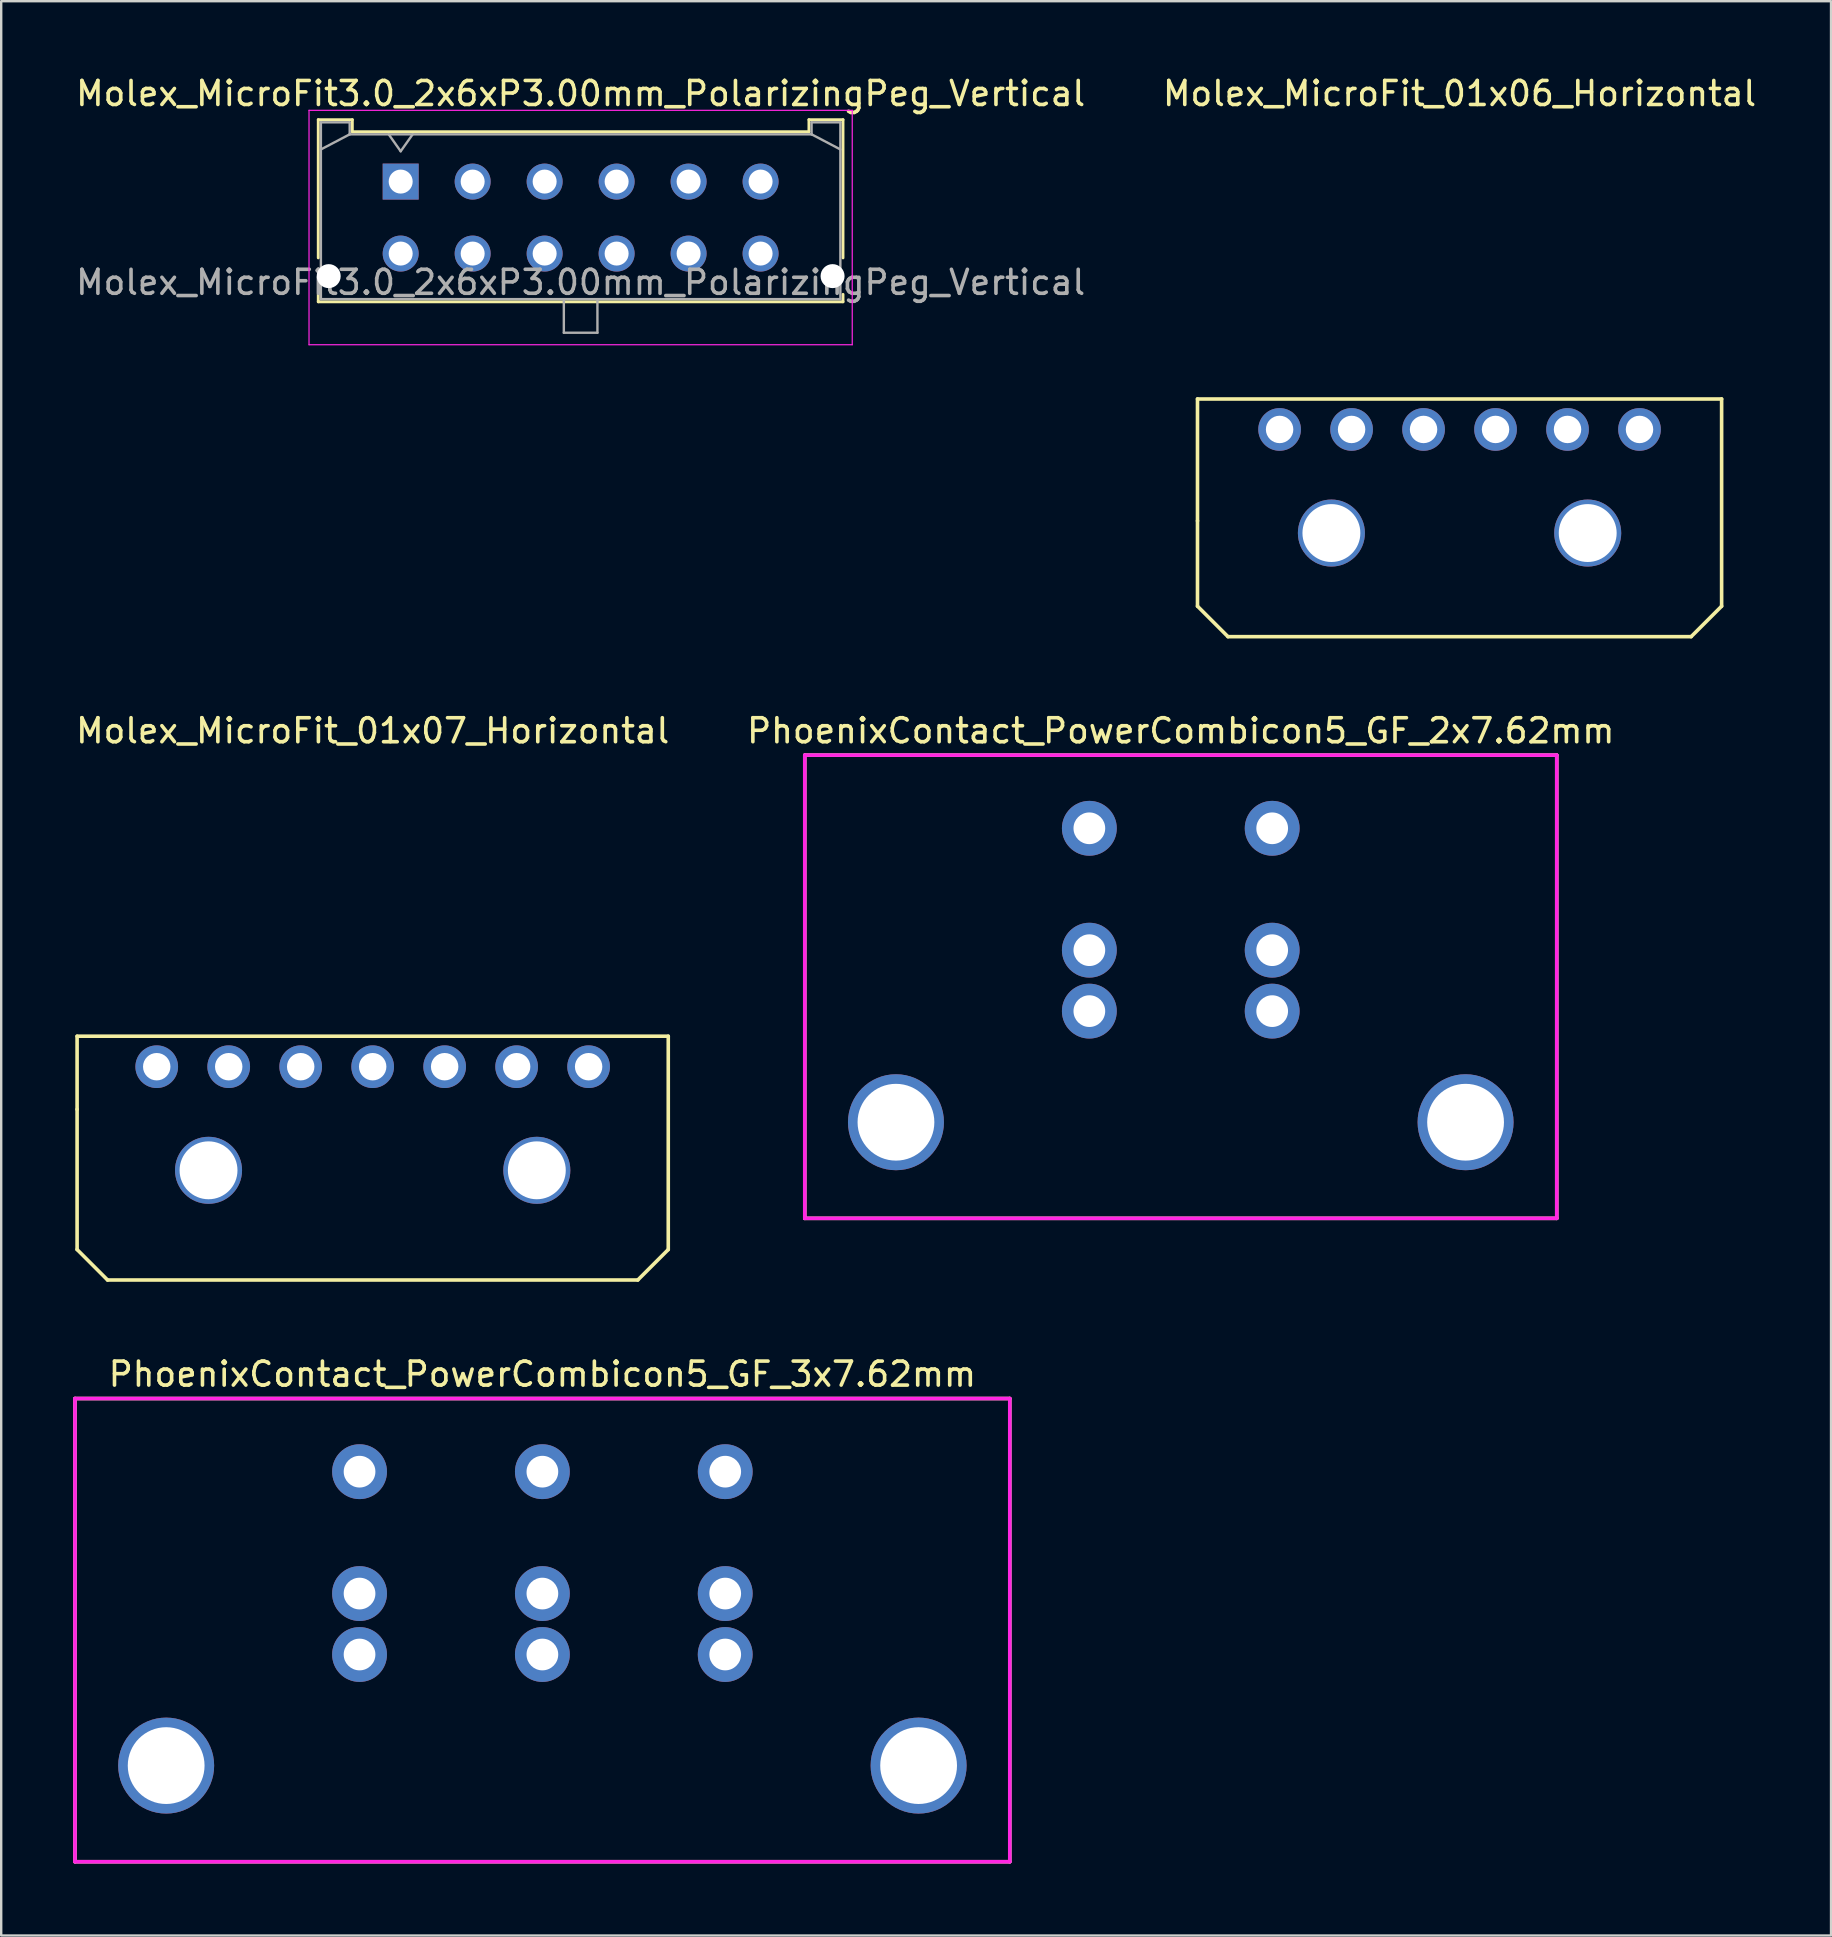
<source format=kicad_pcb>
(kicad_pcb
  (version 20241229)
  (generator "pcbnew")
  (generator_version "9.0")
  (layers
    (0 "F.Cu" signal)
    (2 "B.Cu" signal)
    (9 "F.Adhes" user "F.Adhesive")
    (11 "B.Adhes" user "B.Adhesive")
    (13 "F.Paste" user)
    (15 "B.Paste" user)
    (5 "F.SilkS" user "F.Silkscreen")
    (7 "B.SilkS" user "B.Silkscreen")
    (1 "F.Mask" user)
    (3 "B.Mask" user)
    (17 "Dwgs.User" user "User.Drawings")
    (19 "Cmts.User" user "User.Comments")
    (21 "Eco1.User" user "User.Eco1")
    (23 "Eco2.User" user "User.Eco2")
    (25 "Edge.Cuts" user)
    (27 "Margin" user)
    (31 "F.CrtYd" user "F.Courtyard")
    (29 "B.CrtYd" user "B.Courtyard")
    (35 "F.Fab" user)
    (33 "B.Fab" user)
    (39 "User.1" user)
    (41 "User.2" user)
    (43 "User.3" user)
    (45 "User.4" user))
  (footprint "Molex_MicroFit_01x07_Horizontal"
    (layer "F.Cu")
    (at 12.482 41.407)
    (property "Reference" "Molex_MicroFit_01x07_Horizontal" (at 0 -14 0) (layer "F.SilkS") (effects (font (size 1 1) (thickness 0.15))))
    (attr through_hole)
    (fp_line (start -12.319 -1.27) (end 12.319 -1.27) (stroke (width 0.15) (type solid)) (layer "F.SilkS"))
    (fp_line (start -12.319 1.778) (end -12.319 -1.27) (stroke (width 0.15) (type solid)) (layer "F.SilkS"))
    (fp_line (start -12.319 1.778) (end -12.319 7.62) (stroke (width 0.15) (type solid)) (layer "F.SilkS"))
    (fp_line (start -11.049 8.89) (end -12.319 7.62) (stroke (width 0.15) (type solid)) (layer "F.SilkS"))
    (fp_line (start -11.049 8.89) (end 11.049 8.89) (stroke (width 0.15) (type solid)) (layer "F.SilkS"))
    (fp_line (start 12.319 -1.27) (end 12.319 7.62) (stroke (width 0.15) (type solid)) (layer "F.SilkS"))
    (fp_line (start 12.319 7.62) (end 11.049 8.89) (stroke (width 0.15) (type solid)) (layer "F.SilkS"))
    (pad "" thru_hole circle (at -6.841 4.318) (size 2.794 2.794) (drill 2.413) (layers "*.Cu" "*.Mask"))
    (pad "" thru_hole circle (at 6.841 4.318) (size 2.794 2.794) (drill 2.413) (layers "*.Cu" "*.Mask"))
    (pad "1" thru_hole circle (at 9 0) (size 1.778 1.778) (drill 1.143) (layers "*.Cu" "*.Mask"))
    (pad "2" thru_hole circle (at 6 0) (size 1.778 1.778) (drill 1.143) (layers "*.Cu" "*.Mask"))
    (pad "3" thru_hole circle (at 3 0) (size 1.778 1.778) (drill 1.143) (layers "*.Cu" "*.Mask"))
    (pad "4" thru_hole circle (at 0 0) (size 1.778 1.778) (drill 1.143) (layers "*.Cu" "*.Mask"))
    (pad "5" thru_hole circle (at -3 0) (size 1.778 1.778) (drill 1.143) (layers "*.Cu" "*.Mask"))
    (pad "6" thru_hole circle (at -6 0) (size 1.778 1.778) (drill 1.143) (layers "*.Cu" "*.Mask"))
    (pad "7" thru_hole circle (at -9 0) (size 1.778 1.778) (drill 1.143) (layers "*.Cu" "*.Mask")))
  (footprint "PhoenixContact_PowerCombicon5_GF_2x7.62mm"
    (layer "F.Cu")
    (at 42.351 31.471)
    (property "Reference" "PhoenixContact_PowerCombicon5_GF_2x7.62mm" (at 3.81 -4.064 0) (layer "F.SilkS") (effects (font (size 1 1) (thickness 0.15))))
    (attr through_hole)
    (fp_line (start -11.86 -3.048) (end 19.48 -3.048) (stroke (width 0.15) (type solid)) (layer "F.SilkS"))
    (fp_line (start -11.86 16.256) (end -11.86 -3.048) (stroke (width 0.15) (type solid)) (layer "F.SilkS"))
    (fp_line (start 19.48 -3.048) (end 19.48 16.256) (stroke (width 0.15) (type solid)) (layer "F.SilkS"))
    (fp_line (start 19.48 16.256) (end -11.86 16.256) (stroke (width 0.15) (type solid)) (layer "F.SilkS"))
    (fp_line (start -11.86 -3.048) (end 19.48 -3.048) (stroke (width 0.15) (type solid)) (layer "F.CrtYd"))
    (fp_line (start -11.86 16.256) (end -11.86 -3.048) (stroke (width 0.15) (type solid)) (layer "F.CrtYd"))
    (fp_line (start 19.48 -3.048) (end 19.48 16.256) (stroke (width 0.15) (type solid)) (layer "F.CrtYd"))
    (fp_line (start 19.48 16.256) (end -11.86 16.256) (stroke (width 0.15) (type solid)) (layer "F.CrtYd"))
    (pad "" np_thru_hole circle (at -8.06 12.25) (size 4 4) (drill 3.2) (layers "*.Cu" "*.Mask"))
    (pad "" np_thru_hole circle (at 15.68 12.25) (size 4 4) (drill 3.2) (layers "*.Cu" "*.Mask"))
    (pad "1" thru_hole circle (at 0 0) (size 2.286 2.286) (drill 1.321) (layers "*.Cu" "*.Mask"))
    (pad "1" thru_hole circle (at 0 5.08) (size 2.286 2.286) (drill 1.321) (layers "*.Cu" "*.Mask"))
    (pad "1" thru_hole circle (at 0 7.62) (size 2.286 2.286) (drill 1.321) (layers "*.Cu" "*.Mask"))
    (pad "2" thru_hole circle (at 7.62 0) (size 2.286 2.286) (drill 1.321) (layers "*.Cu" "*.Mask"))
    (pad "2" thru_hole circle (at 7.62 5.08) (size 2.286 2.286) (drill 1.321) (layers "*.Cu" "*.Mask"))
    (pad "2" thru_hole circle (at 7.62 7.62) (size 2.286 2.286) (drill 1.321) (layers "*.Cu" "*.Mask")))
  (footprint "PhoenixContact_PowerCombicon5_GF_3x7.62mm"
    (layer "F.Cu")
    (at 11.935 58.285)
    (property "Reference" "PhoenixContact_PowerCombicon5_GF_3x7.62mm" (at 7.62 -4.064 0) (layer "F.SilkS") (effects (font (size 1 1) (thickness 0.15))))
    (attr through_hole)
    (fp_line (start -11.86 -3.048) (end 27.1 -3.048) (stroke (width 0.15) (type solid)) (layer "F.SilkS"))
    (fp_line (start -11.86 16.256) (end -11.86 -3.048) (stroke (width 0.15) (type solid)) (layer "F.SilkS"))
    (fp_line (start 27.1 -3.048) (end 27.1 16.256) (stroke (width 0.15) (type solid)) (layer "F.SilkS"))
    (fp_line (start 27.1 16.256) (end -11.86 16.256) (stroke (width 0.15) (type solid)) (layer "F.SilkS"))
    (fp_line (start -11.86 -3.048) (end 27.1 -3.048) (stroke (width 0.15) (type solid)) (layer "F.CrtYd"))
    (fp_line (start -11.86 16.256) (end -11.86 -3.048) (stroke (width 0.15) (type solid)) (layer "F.CrtYd"))
    (fp_line (start 27.1 -3.048) (end 27.1 16.256) (stroke (width 0.15) (type solid)) (layer "F.CrtYd"))
    (fp_line (start 27.1 16.256) (end -11.86 16.256) (stroke (width 0.15) (type solid)) (layer "F.CrtYd"))
    (pad "" np_thru_hole circle (at -8.06 12.25) (size 4 4) (drill 3.2) (layers "*.Cu" "*.Mask"))
    (pad "" np_thru_hole circle (at 23.3 12.25) (size 4 4) (drill 3.2) (layers "*.Cu" "*.Mask"))
    (pad "1" thru_hole circle (at 0 0) (size 2.286 2.286) (drill 1.321) (layers "*.Cu" "*.Mask"))
    (pad "1" thru_hole circle (at 0 5.08) (size 2.286 2.286) (drill 1.321) (layers "*.Cu" "*.Mask"))
    (pad "1" thru_hole circle (at 0 7.62) (size 2.286 2.286) (drill 1.321) (layers "*.Cu" "*.Mask"))
    (pad "2" thru_hole circle (at 7.62 0) (size 2.286 2.286) (drill 1.321) (layers "*.Cu" "*.Mask"))
    (pad "2" thru_hole circle (at 7.62 5.08) (size 2.286 2.286) (drill 1.321) (layers "*.Cu" "*.Mask"))
    (pad "2" thru_hole circle (at 7.62 7.62) (size 2.286 2.286) (drill 1.321) (layers "*.Cu" "*.Mask"))
    (pad "3" thru_hole circle (at 15.24 0) (size 2.286 2.286) (drill 1.321) (layers "*.Cu" "*.Mask"))
    (pad "3" thru_hole circle (at 15.24 5.08) (size 2.286 2.286) (drill 1.321) (layers "*.Cu" "*.Mask"))
    (pad "3" thru_hole circle (at 15.24 7.62) (size 2.286 2.286) (drill 1.321) (layers "*.Cu" "*.Mask")))
  (footprint "Molex_MicroFit3.0_2x6xP3.00mm_PolarizingPeg_Vertical"
    (layer "F.Cu")
    (at 13.649 4.518)
    (property "Reference" "Molex_MicroFit3.0_2x6xP3.00mm_PolarizingPeg_Vertical" (at 7.5 -3.67 0) (layer "F.SilkS") (effects (font (size 1 1) (thickness 0.15))))
    (attr through_hole)
    (fp_line (start -3.435 -2.58) (end -2.015 -2.58) (stroke (width 0.12) (type solid)) (layer "F.SilkS"))
    (fp_line (start -3.435 3.18) (end -3.435 -2.58) (stroke (width 0.12) (type solid)) (layer "F.SilkS"))
    (fp_line (start -3.435 4.7) (end -3.435 5.01) (stroke (width 0.12) (type solid)) (layer "F.SilkS"))
    (fp_line (start -3.435 5.01) (end 18.435 5.01) (stroke (width 0.12) (type solid)) (layer "F.SilkS"))
    (fp_line (start -2.015 -2.58) (end -2.015 -2.08) (stroke (width 0.12) (type solid)) (layer "F.SilkS"))
    (fp_line (start -2.015 -2.08) (end 17.015 -2.08) (stroke (width 0.12) (type solid)) (layer "F.SilkS"))
    (fp_line (start 17.015 -2.58) (end 18.435 -2.58) (stroke (width 0.12) (type solid)) (layer "F.SilkS"))
    (fp_line (start 17.015 -2.08) (end 17.015 -2.58) (stroke (width 0.12) (type solid)) (layer "F.SilkS"))
    (fp_line (start 18.435 -2.58) (end 18.435 3.18) (stroke (width 0.12) (type solid)) (layer "F.SilkS"))
    (fp_line (start 18.435 5.01) (end 18.435 4.7) (stroke (width 0.12) (type solid)) (layer "F.SilkS"))
    (fp_line (start -3.82 -2.97) (end 18.82 -2.97) (stroke (width 0.05) (type solid)) (layer "F.CrtYd"))
    (fp_line (start -3.82 6.8) (end -3.82 -2.97) (stroke (width 0.05) (type solid)) (layer "F.CrtYd"))
    (fp_line (start 18.82 -2.97) (end 18.82 6.8) (stroke (width 0.05) (type solid)) (layer "F.CrtYd"))
    (fp_line (start 18.82 6.8) (end -3.82 6.8) (stroke (width 0.05) (type solid)) (layer "F.CrtYd"))
    (fp_line (start -3.325 -2.47) (end -3.325 4.9) (stroke (width 0.1) (type solid)) (layer "F.Fab"))
    (fp_line (start -3.325 -1.34) (end -2.125 -1.97) (stroke (width 0.1) (type solid)) (layer "F.Fab"))
    (fp_line (start -3.325 4.9) (end 18.325 4.9) (stroke (width 0.1) (type solid)) (layer "F.Fab"))
    (fp_line (start -2.125 -2.47) (end -3.325 -2.47) (stroke (width 0.1) (type solid)) (layer "F.Fab"))
    (fp_line (start -2.125 -1.97) (end -2.125 -2.47) (stroke (width 0.1) (type solid)) (layer "F.Fab"))
    (fp_line (start -0.5 -1.97) (end 0 -1.263) (stroke (width 0.1) (type solid)) (layer "F.Fab"))
    (fp_line (start 0 -1.263) (end 0.5 -1.97) (stroke (width 0.1) (type solid)) (layer "F.Fab"))
    (fp_line (start 6.8 4.9) (end 6.8 6.3) (stroke (width 0.1) (type solid)) (layer "F.Fab"))
    (fp_line (start 6.8 6.3) (end 8.2 6.3) (stroke (width 0.1) (type solid)) (layer "F.Fab"))
    (fp_line (start 8.2 6.3) (end 8.2 4.9) (stroke (width 0.1) (type solid)) (layer "F.Fab"))
    (fp_line (start 17.125 -2.47) (end 17.125 -1.97) (stroke (width 0.1) (type solid)) (layer "F.Fab"))
    (fp_line (start 17.125 -1.97) (end -2.125 -1.97) (stroke (width 0.1) (type solid)) (layer "F.Fab"))
    (fp_line (start 18.325 -2.47) (end 17.125 -2.47) (stroke (width 0.1) (type solid)) (layer "F.Fab"))
    (fp_line (start 18.325 -1.34) (end 17.125 -1.97) (stroke (width 0.1) (type solid)) (layer "F.Fab"))
    (fp_line (start 18.325 4.9) (end 18.325 -2.47) (stroke (width 0.1) (type solid)) (layer "F.Fab"))
    (fp_text user "${REFERENCE}" (at 7.5 4.2 0) (layer "F.Fab") (effects (font (size 1 1) (thickness 0.15))))
    (pad "" np_thru_hole circle (at -3 3.94) (size 1 1) (drill 1) (layers "*.Cu" "*.Mask"))
    (pad "" np_thru_hole circle (at 18 3.94) (size 1 1) (drill 1) (layers "*.Cu" "*.Mask"))
    (pad "1" thru_hole rect (at 0 0) (size 1.5 1.5) (drill 1) (layers "*.Cu" "*.Mask"))
    (pad "2" thru_hole circle (at 3 0) (size 1.5 1.5) (drill 1) (layers "*.Cu" "*.Mask"))
    (pad "3" thru_hole circle (at 6 0) (size 1.5 1.5) (drill 1) (layers "*.Cu" "*.Mask"))
    (pad "4" thru_hole circle (at 9 0) (size 1.5 1.5) (drill 1) (layers "*.Cu" "*.Mask"))
    (pad "5" thru_hole circle (at 12 0) (size 1.5 1.5) (drill 1) (layers "*.Cu" "*.Mask"))
    (pad "6" thru_hole circle (at 15 0) (size 1.5 1.5) (drill 1) (layers "*.Cu" "*.Mask"))
    (pad "7" thru_hole circle (at 0 3) (size 1.5 1.5) (drill 1) (layers "*.Cu" "*.Mask"))
    (pad "8" thru_hole circle (at 3 3) (size 1.5 1.5) (drill 1) (layers "*.Cu" "*.Mask"))
    (pad "9" thru_hole circle (at 6 3) (size 1.5 1.5) (drill 1) (layers "*.Cu" "*.Mask"))
    (pad "10" thru_hole circle (at 9 3) (size 1.5 1.5) (drill 1) (layers "*.Cu" "*.Mask"))
    (pad "11" thru_hole circle (at 12 3) (size 1.5 1.5) (drill 1) (layers "*.Cu" "*.Mask"))
    (pad "12" thru_hole circle (at 15 3) (size 1.5 1.5) (drill 1) (layers "*.Cu" "*.Mask")))
  (footprint "Molex_MicroFit_01x06_Horizontal"
    (layer "F.Cu")
    (at 57.78 14.848)
    (property "Reference" "Molex_MicroFit_01x06_Horizontal" (at 0 -14 0) (layer "F.SilkS") (effects (font (size 1 1) (thickness 0.15))))
    (attr through_hole)
    (fp_line (start -10.922 3.81) (end -10.922 -1.27) (stroke (width 0.15) (type solid)) (layer "F.SilkS"))
    (fp_line (start -10.922 3.81) (end -10.922 7.366) (stroke (width 0.15) (type solid)) (layer "F.SilkS"))
    (fp_line (start -10.922 7.366) (end -9.652 8.636) (stroke (width 0.15) (type solid)) (layer "F.SilkS"))
    (fp_line (start -9.652 8.636) (end 9.652 8.636) (stroke (width 0.15) (type solid)) (layer "F.SilkS"))
    (fp_line (start 9.652 8.636) (end 10.922 7.366) (stroke (width 0.15) (type solid)) (layer "F.SilkS"))
    (fp_line (start 10.922 -1.27) (end -10.922 -1.27) (stroke (width 0.15) (type solid)) (layer "F.SilkS"))
    (fp_line (start 10.922 7.366) (end 10.922 -1.27) (stroke (width 0.15) (type solid)) (layer "F.SilkS"))
    (pad "" thru_hole circle (at -5.341 4.318) (size 2.794 2.794) (drill 2.413) (layers "*.Cu" "*.Mask"))
    (pad "" thru_hole circle (at 5.341 4.318) (size 2.794 2.794) (drill 2.413) (layers "*.Cu" "*.Mask"))
    (pad "1" thru_hole circle (at 7.5 0) (size 1.778 1.778) (drill 1.143) (layers "*.Cu" "*.Mask"))
    (pad "2" thru_hole circle (at 4.5 0) (size 1.778 1.778) (drill 1.143) (layers "*.Cu" "*.Mask"))
    (pad "3" thru_hole circle (at 1.5 0) (size 1.778 1.778) (drill 1.143) (layers "*.Cu" "*.Mask"))
    (pad "4" thru_hole circle (at -1.5 0) (size 1.778 1.778) (drill 1.143) (layers "*.Cu" "*.Mask"))
    (pad "5" thru_hole circle (at -4.5 0) (size 1.778 1.778) (drill 1.143) (layers "*.Cu" "*.Mask"))
    (pad "6" thru_hole circle (at -7.5 0) (size 1.778 1.778) (drill 1.143) (layers "*.Cu" "*.Mask")))
  (gr_rect
    (start -3 -3)
    (end 73.262 77.616)
    (stroke (width 0.1) (type default))
    (fill no)
    (layer "Edge.Cuts")))
</source>
